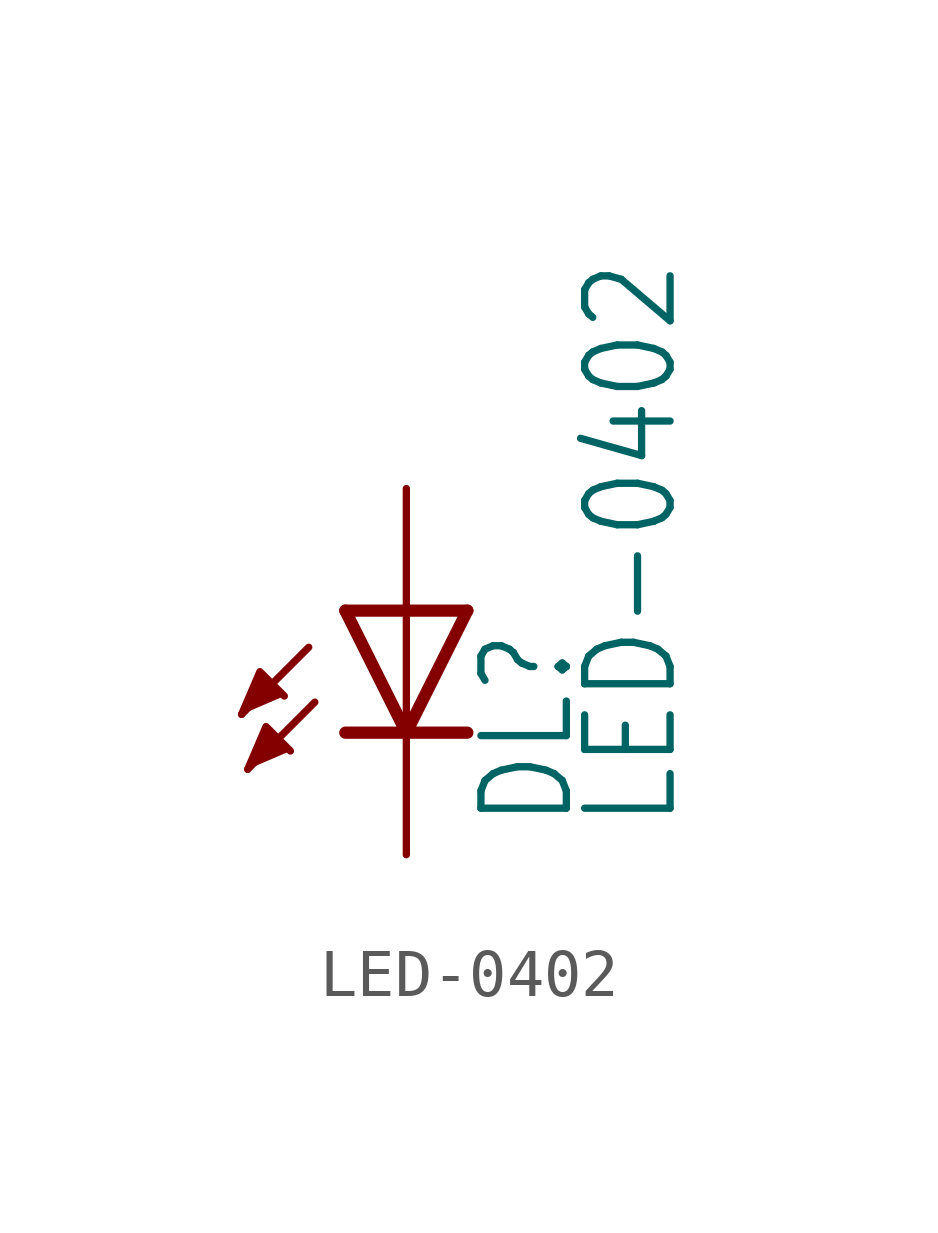
<source format=kicad_sym>
(kicad_symbol_lib
  (version 20211014)
  (generator kicad_symbol_editor)
  (symbol "LED-0402"
    (property "Reference" "DL"
      (at 3.556 -4.572 90)
      (effects (font (size 1.778 1.511)) (justify left bottom)))
    (property "Value" "LED-0402"
      (at 5.715 -4.572 90)
      (effects (font (size 1.778 1.511)) (justify left bottom)))
    (property "ki_locked" ""
      (at 0 0 0)
      (effects (font (size 1.27 1.27))))
    (symbol "LED-0402_1_0"
      (polyline (pts (xy -2.032 -0.762) (xy -3.429 -2.159)) (stroke (width 0.152) (type default) (color 0 0 0 0)) (fill (type none)))
      (polyline (pts (xy -1.905 -1.905) (xy -3.302 -3.302)) (stroke (width 0.152) (type default) (color 0 0 0 0)) (fill (type none)))
      (polyline (pts (xy 0 -2.54) (xy -1.27 -2.54)) (stroke (width 0.254) (type default) (color 0 0 0 0)) (fill (type none)))
      (polyline (pts (xy 0 -2.54) (xy -1.27 0)) (stroke (width 0.254) (type default) (color 0 0 0 0)) (fill (type none)))
      (polyline (pts (xy 0 0) (xy -1.27 0)) (stroke (width 0.254) (type default) (color 0 0 0 0)) (fill (type none)))
      (polyline (pts (xy 0 0) (xy 0 -2.54)) (stroke (width 0.152) (type default) (color 0 0 0 0)) (fill (type none)))
      (polyline (pts (xy 1.27 -2.54) (xy 0 -2.54)) (stroke (width 0.254) (type default) (color 0 0 0 0)) (fill (type none)))
      (polyline (pts (xy 1.27 0) (xy 0 -2.54)) (stroke (width 0.254) (type default) (color 0 0 0 0)) (fill (type none)))
      (polyline (pts (xy 1.27 0) (xy 0 0)) (stroke (width 0.254) (type default) (color 0 0 0 0)) (fill (type none)))
      (polyline (pts (xy -3.429 -2.159) (xy -3.048 -1.27) (xy -2.54 -1.778)) (stroke (width 0) (type default) (color 0 0 0 0)) (fill (type outline)))
      (polyline (pts (xy -3.302 -3.302) (xy -2.921 -2.413) (xy -2.413 -2.921)) (stroke (width 0) (type default) (color 0 0 0 0)) (fill (type outline)))
      (pin passive line (at 0 2.54 270) (length 2.54) (name "A" (effects (font (size 0 0)))) (number "A" (effects (font (size 0 0)))))
      (pin passive line (at 0 -5.08 90) (length 2.54) (name "C" (effects (font (size 0 0)))) (number "C" (effects (font (size 0 0))))))))
</source>
